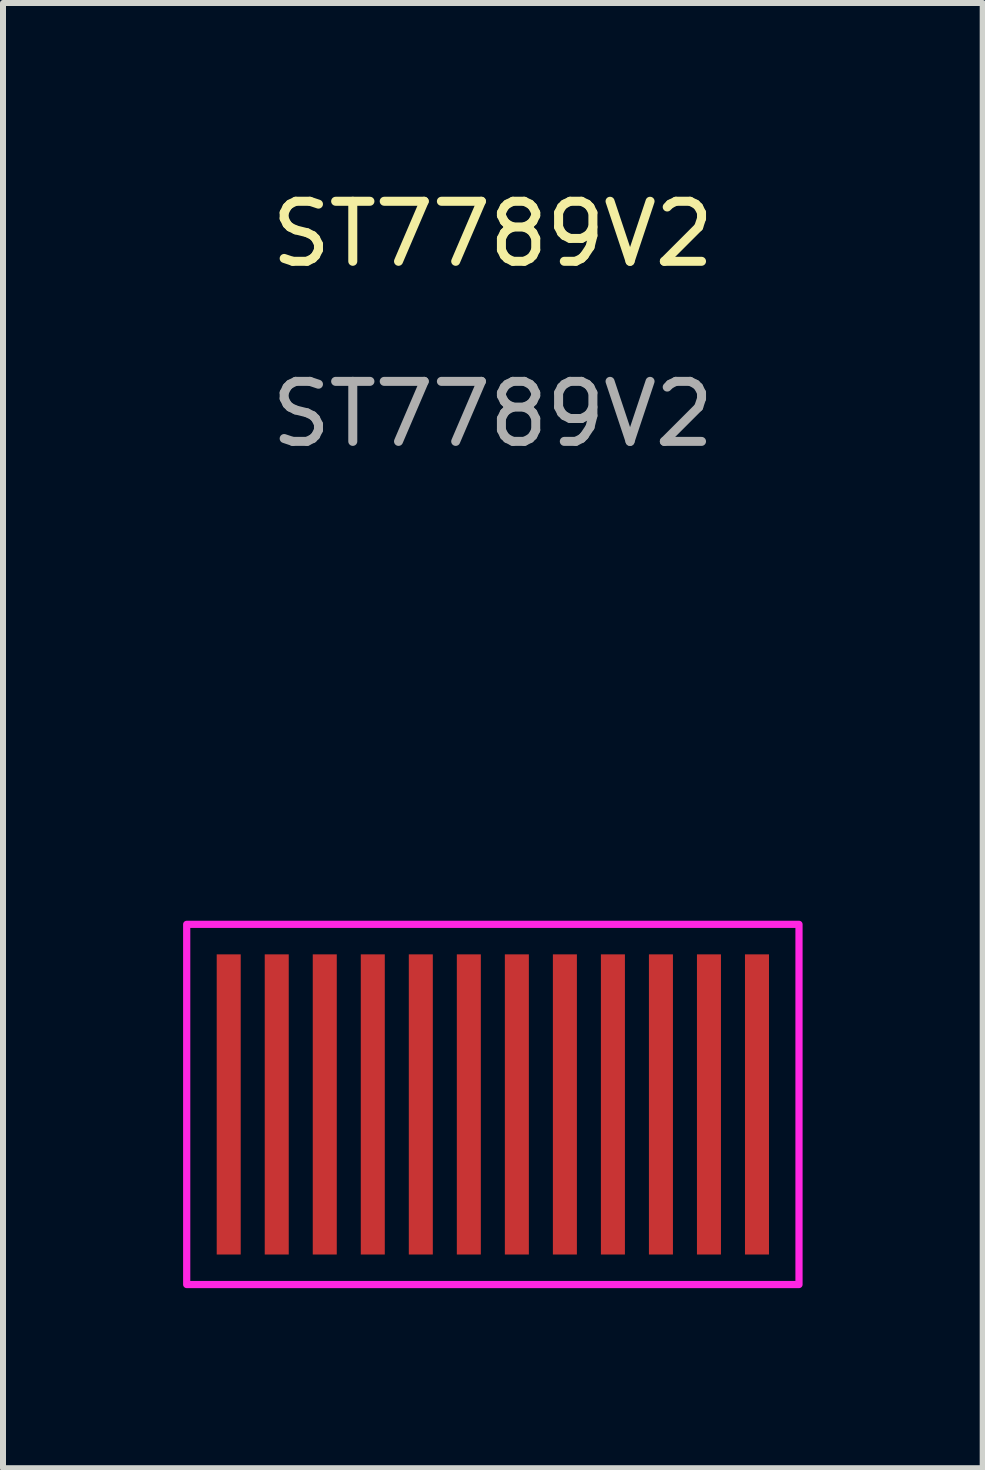
<source format=kicad_pcb>
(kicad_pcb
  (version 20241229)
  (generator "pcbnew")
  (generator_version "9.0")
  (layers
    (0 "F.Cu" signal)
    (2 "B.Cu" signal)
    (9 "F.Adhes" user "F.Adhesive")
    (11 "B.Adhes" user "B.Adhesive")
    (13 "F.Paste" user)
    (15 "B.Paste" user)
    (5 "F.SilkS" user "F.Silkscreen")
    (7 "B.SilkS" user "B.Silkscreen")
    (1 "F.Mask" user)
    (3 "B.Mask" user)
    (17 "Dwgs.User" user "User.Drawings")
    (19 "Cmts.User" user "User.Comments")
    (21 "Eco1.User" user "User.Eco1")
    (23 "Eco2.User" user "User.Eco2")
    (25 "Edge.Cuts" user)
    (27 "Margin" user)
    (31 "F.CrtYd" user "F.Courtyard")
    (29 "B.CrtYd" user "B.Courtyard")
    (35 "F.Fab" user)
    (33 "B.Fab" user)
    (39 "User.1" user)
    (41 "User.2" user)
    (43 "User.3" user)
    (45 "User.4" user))
  (footprint "ST7789V2"
    (layer "F.Cu")
    (at 5.16 15.348)
    (property "Reference" "ST7789V2" (at 0 -14.5 0) (unlocked yes) (layer "F.SilkS") (effects (font (size 1 1) (thickness 0.15))))
    (attr smd)
    (fp_rect (start -5.1 -3) (end 5.1 3) (stroke (width 0.12) (type solid)) (fill no) (layer "F.CrtYd"))
    (fp_text user "${REFERENCE}" (at 0 -11.5 0) (unlocked yes) (layer "F.Fab") (effects (font (size 1 1) (thickness 0.15))))
    (pad "1" smd rect (at -4.4 0) (size 0.4 5) (layers "F.Cu" "F.Mask" "F.Paste"))
    (pad "1" smd rect (at -1.2 0) (size 0.4 5) (layers "F.Cu" "F.Mask" "F.Paste"))
    (pad "1" smd rect (at -0.4 0) (size 0.4 5) (layers "F.Cu" "F.Mask" "F.Paste"))
    (pad "1" smd rect (at 4.4 0) (size 0.4 5) (layers "F.Cu" "F.Mask" "F.Paste"))
    (pad "2" smd rect (at -3.6 0) (size 0.4 5) (layers "F.Cu" "F.Mask" "F.Paste"))
    (pad "3" smd rect (at -2.8 0) (size 0.4 5) (layers "F.Cu" "F.Mask" "F.Paste"))
    (pad "4" smd rect (at -2 0) (size 0.4 5) (layers "F.Cu" "F.Mask" "F.Paste"))
    (pad "5" smd rect (at 0.4 0) (size 0.4 5) (layers "F.Cu" "F.Mask" "F.Paste"))
    (pad "6" smd rect (at 1.2 0) (size 0.4 5) (layers "F.Cu" "F.Mask" "F.Paste"))
    (pad "7" smd rect (at 2 0) (size 0.4 5) (layers "F.Cu" "F.Mask" "F.Paste"))
    (pad "8" smd rect (at 2.8 0) (size 0.4 5) (layers "F.Cu" "F.Mask" "F.Paste"))
    (pad "9" smd rect (at 3.6 0) (size 0.4 5) (layers "F.Cu" "F.Mask" "F.Paste")))
  (gr_rect
    (start -3 -3)
    (end 13.32 21.408)
    (stroke (width 0.1) (type default))
    (fill no)
    (layer "Edge.Cuts")))
</source>
